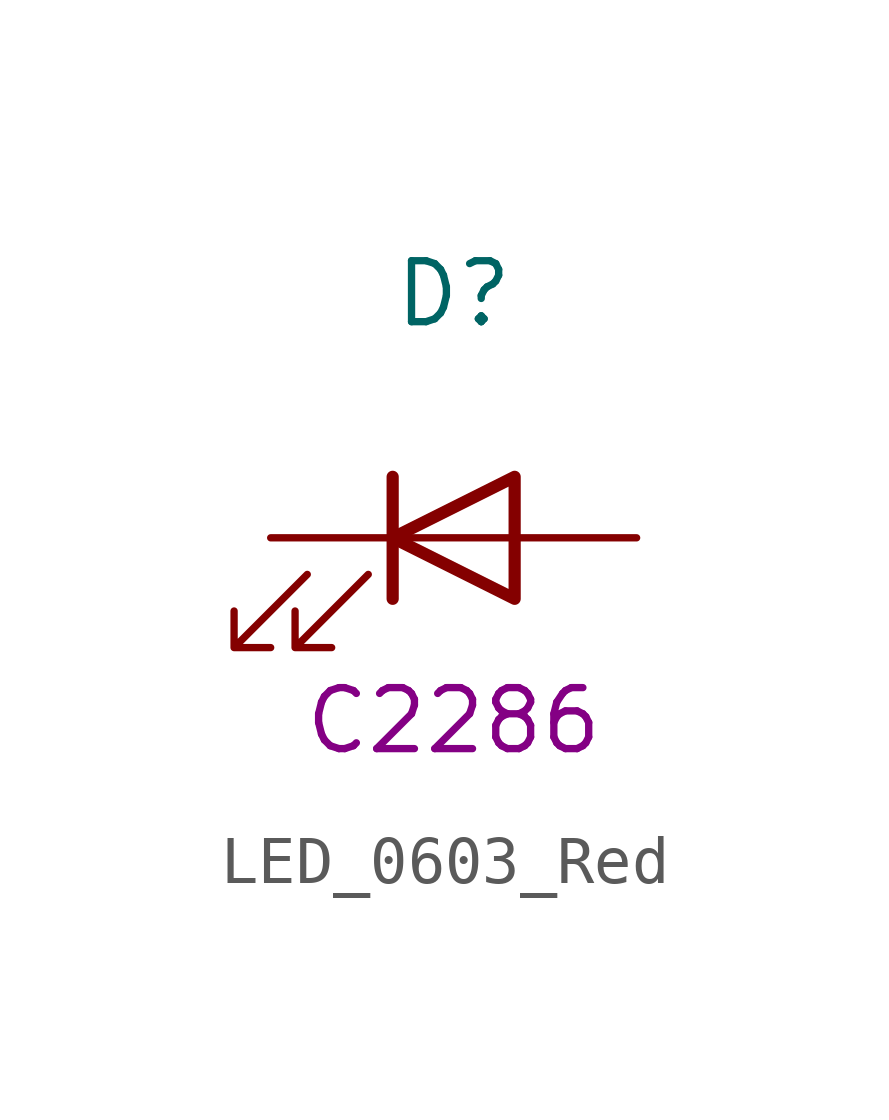
<source format=kicad_sym>
(kicad_symbol_lib
  (version 20220914)
  (generator kicad_symbol_editor)
  (symbol "LED_0603_Red"
    (pin_numbers hide)
    (pin_names
      (offset 1.016) hide)
    (property "Reference" "D"
      (at 0 5.08 0)
      (effects (font (size 1.27 1.27))))
    (property "LCSC" "C2286"
      (at 0 -3.81 0)
      (effects (font (size 1.27 1.27))))
    (property "Silkscreen" ""
      (at 0 2.54 0)
      (effects (font (size 1.27 1.27))))
    (symbol "LED_0603_Red_0_1"
      (polyline (pts (xy -1.27 -1.27) (xy -1.27 1.27)) (stroke (width 0.254) (type default)) (fill (type none)))
      (polyline (pts (xy -1.27 0) (xy 1.27 0)) (stroke (width 0) (type default)) (fill (type none)))
      (polyline (pts (xy 1.27 -1.27) (xy 1.27 1.27) (xy -1.27 0) (xy 1.27 -1.27)) (stroke (width 0.254) (type default)) (fill (type none)))
      (polyline (pts (xy -3.048 -0.762) (xy -4.572 -2.286) (xy -3.81 -2.286) (xy -4.572 -2.286) (xy -4.572 -1.524)) (stroke (width 0) (type default)) (fill (type none)))
      (polyline (pts (xy -1.778 -0.762) (xy -3.302 -2.286) (xy -2.54 -2.286) (xy -3.302 -2.286) (xy -3.302 -1.524)) (stroke (width 0) (type default)) (fill (type none))))
    (symbol "LED_0603_Red_1_1"
      (pin passive line (at -3.81 0 0) (length 2.54) (name "K" (effects (font (size 1.27 1.27)))) (number "1" (effects (font (size 1.27 1.27)))))
      (pin passive line (at 3.81 0 180) (length 2.54) (name "A" (effects (font (size 1.27 1.27)))) (number "2" (effects (font (size 1.27 1.27))))))))
</source>
